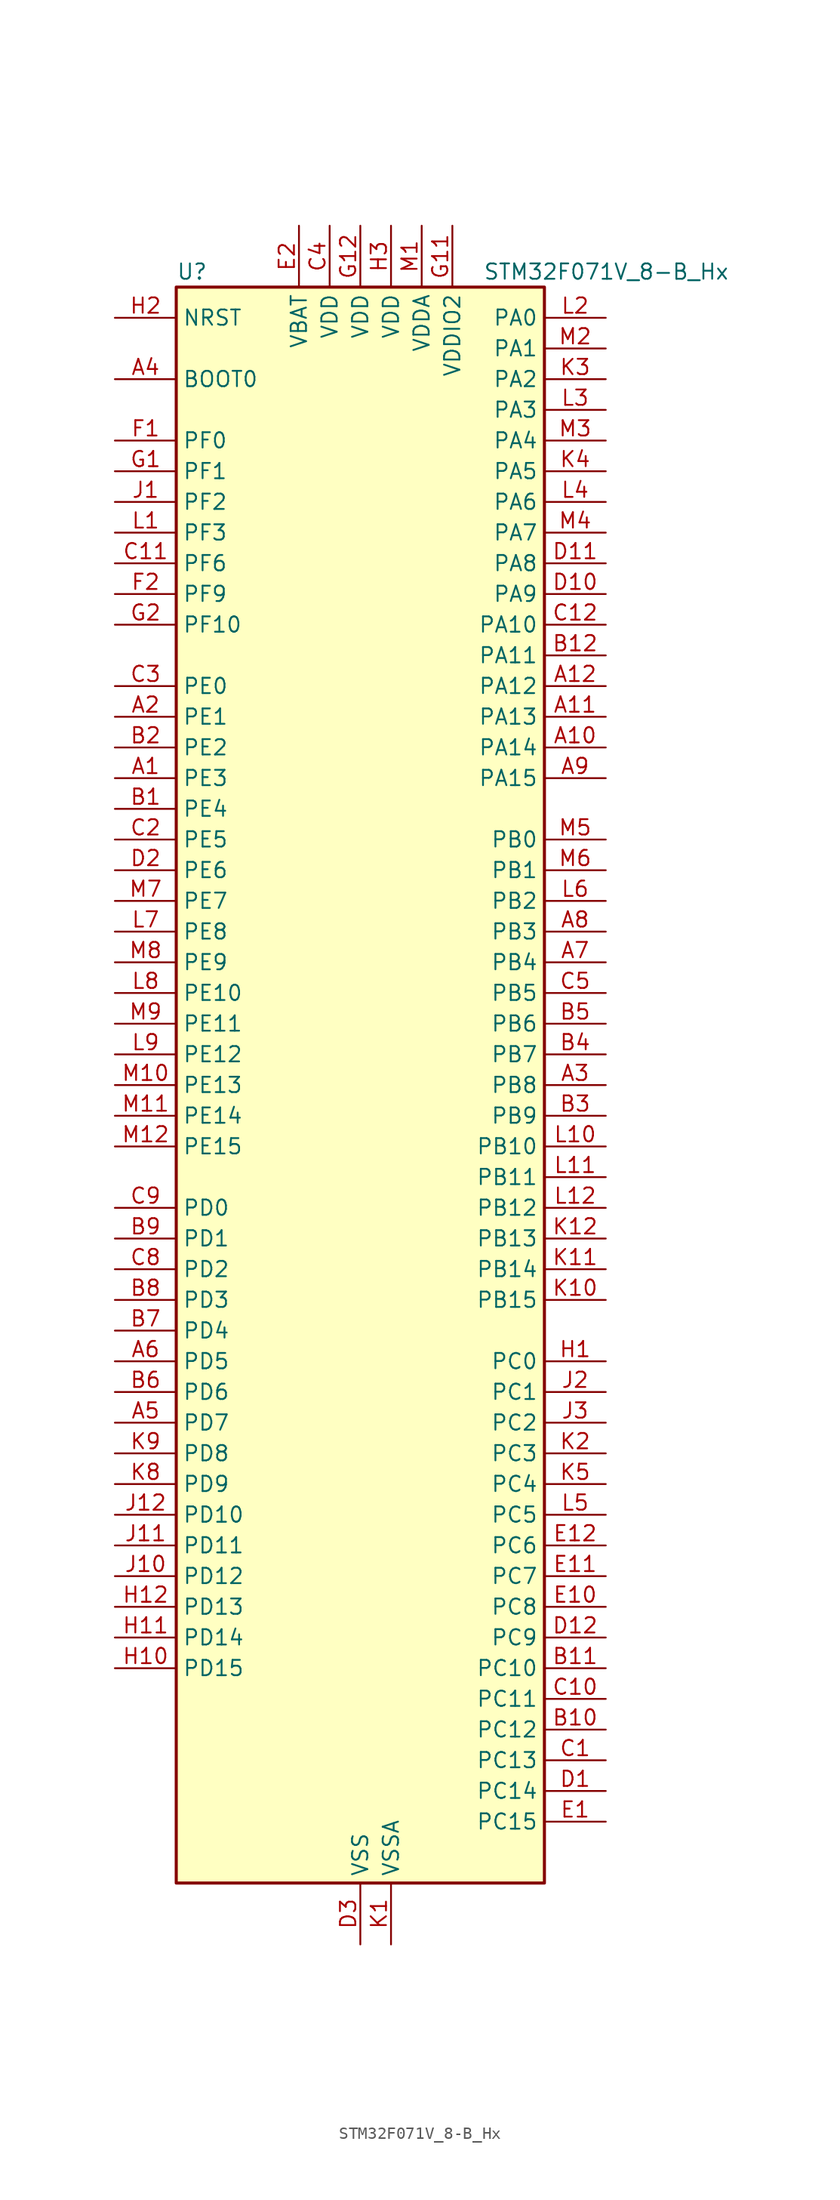
<source format=kicad_sym>
(kicad_symbol_lib
  (version 20231120)
  (generator "kicad_symbol_editor")
  (generator_version "8.0")
  (symbol "STM32F071V_8-B_Hx"
    (property "Reference" "U"
      (at -15.24 67.31 0)
      (effects (font (size 1.27 1.27)) (justify left)))
    (property "Value" "STM32F071V_8-B_Hx"
      (at 10.16 67.31 0)
      (effects (font (size 1.27 1.27)) (justify left)))
    (property "ki_locked" ""
      (at 0 0 0)
      (effects (font (size 1.27 1.27))))
    (symbol "STM32F071V_8-B_Hx_0_1"
      (rectangle (start -15.24 -66.04) (end 15.24 66.04) (stroke (width 0.254) (type default)) (fill (type background))))
    (symbol "STM32F071V_8-B_Hx_1_1"
      (pin bidirectional line (at -20.32 25.4 0) (length 5.08) (name "PE3" (effects (font (size 1.27 1.27)))) (number "A1" (effects (font (size 1.27 1.27)))) (alternate "TIM3_CH1" bidirectional line) (alternate "TSC_G7_IO2" bidirectional line))
      (pin bidirectional line (at 20.32 27.94 180) (length 5.08) (name "PA14" (effects (font (size 1.27 1.27)))) (number "A10" (effects (font (size 1.27 1.27)))) (alternate "SYS_SWCLK" bidirectional line) (alternate "USART2_TX" bidirectional line))
      (pin bidirectional line (at 20.32 30.48 180) (length 5.08) (name "PA13" (effects (font (size 1.27 1.27)))) (number "A11" (effects (font (size 1.27 1.27)))) (alternate "IR_OUT" bidirectional line) (alternate "SYS_SWDIO" bidirectional line))
      (pin bidirectional line (at 20.32 33.02 180) (length 5.08) (name "PA12" (effects (font (size 1.27 1.27)))) (number "A12" (effects (font (size 1.27 1.27)))) (alternate "COMP2_OUT" bidirectional line) (alternate "TIM1_ETR" bidirectional line) (alternate "TSC_G4_IO4" bidirectional line) (alternate "USART1_DE" bidirectional line) (alternate "USART1_RTS" bidirectional line))
      (pin bidirectional line (at -20.32 30.48 0) (length 5.08) (name "PE1" (effects (font (size 1.27 1.27)))) (number "A2" (effects (font (size 1.27 1.27)))) (alternate "TIM17_CH1" bidirectional line))
      (pin bidirectional line (at 20.32 0 180) (length 5.08) (name "PB8" (effects (font (size 1.27 1.27)))) (number "A3" (effects (font (size 1.27 1.27)))) (alternate "CEC" bidirectional line) (alternate "I2C1_SCL" bidirectional line) (alternate "TIM16_CH1" bidirectional line) (alternate "TSC_SYNC" bidirectional line))
      (pin input line (at -20.32 58.42 0) (length 5.08) (name "BOOT0" (effects (font (size 1.27 1.27)))) (number "A4" (effects (font (size 1.27 1.27)))))
      (pin bidirectional line (at -20.32 -27.94 0) (length 5.08) (name "PD7" (effects (font (size 1.27 1.27)))) (number "A5" (effects (font (size 1.27 1.27)))) (alternate "USART2_CK" bidirectional line))
      (pin bidirectional line (at -20.32 -22.86 0) (length 5.08) (name "PD5" (effects (font (size 1.27 1.27)))) (number "A6" (effects (font (size 1.27 1.27)))) (alternate "USART2_TX" bidirectional line))
      (pin bidirectional line (at 20.32 10.16 180) (length 5.08) (name "PB4" (effects (font (size 1.27 1.27)))) (number "A7" (effects (font (size 1.27 1.27)))) (alternate "I2S1_MCK" bidirectional line) (alternate "SPI1_MISO" bidirectional line) (alternate "TIM17_BKIN" bidirectional line) (alternate "TIM3_CH1" bidirectional line) (alternate "TSC_G5_IO2" bidirectional line))
      (pin bidirectional line (at 20.32 12.7 180) (length 5.08) (name "PB3" (effects (font (size 1.27 1.27)))) (number "A8" (effects (font (size 1.27 1.27)))) (alternate "I2S1_CK" bidirectional line) (alternate "SPI1_SCK" bidirectional line) (alternate "TIM2_CH2" bidirectional line) (alternate "TSC_G5_IO1" bidirectional line))
      (pin bidirectional line (at 20.32 25.4 180) (length 5.08) (name "PA15" (effects (font (size 1.27 1.27)))) (number "A9" (effects (font (size 1.27 1.27)))) (alternate "I2S1_WS" bidirectional line) (alternate "SPI1_NSS" bidirectional line) (alternate "TIM2_CH1" bidirectional line) (alternate "TIM2_ETR" bidirectional line) (alternate "USART2_RX" bidirectional line) (alternate "USART4_DE" bidirectional line) (alternate "USART4_RTS" bidirectional line))
      (pin bidirectional line (at -20.32 22.86 0) (length 5.08) (name "PE4" (effects (font (size 1.27 1.27)))) (number "B1" (effects (font (size 1.27 1.27)))) (alternate "TIM3_CH2" bidirectional line) (alternate "TSC_G7_IO3" bidirectional line))
      (pin bidirectional line (at 20.32 -53.34 180) (length 5.08) (name "PC12" (effects (font (size 1.27 1.27)))) (number "B10" (effects (font (size 1.27 1.27)))) (alternate "USART3_CK" bidirectional line) (alternate "USART4_CK" bidirectional line))
      (pin bidirectional line (at 20.32 -48.26 180) (length 5.08) (name "PC10" (effects (font (size 1.27 1.27)))) (number "B11" (effects (font (size 1.27 1.27)))) (alternate "USART3_TX" bidirectional line) (alternate "USART4_TX" bidirectional line))
      (pin bidirectional line (at 20.32 35.56 180) (length 5.08) (name "PA11" (effects (font (size 1.27 1.27)))) (number "B12" (effects (font (size 1.27 1.27)))) (alternate "COMP1_OUT" bidirectional line) (alternate "TIM1_CH4" bidirectional line) (alternate "TSC_G4_IO3" bidirectional line) (alternate "USART1_CTS" bidirectional line))
      (pin bidirectional line (at -20.32 27.94 0) (length 5.08) (name "PE2" (effects (font (size 1.27 1.27)))) (number "B2" (effects (font (size 1.27 1.27)))) (alternate "TIM3_ETR" bidirectional line) (alternate "TSC_G7_IO1" bidirectional line))
      (pin bidirectional line (at 20.32 -2.54 180) (length 5.08) (name "PB9" (effects (font (size 1.27 1.27)))) (number "B3" (effects (font (size 1.27 1.27)))) (alternate "DAC_EXTI9" bidirectional line) (alternate "I2C1_SDA" bidirectional line) (alternate "I2S2_WS" bidirectional line) (alternate "IR_OUT" bidirectional line) (alternate "SPI2_NSS" bidirectional line) (alternate "TIM17_CH1" bidirectional line))
      (pin bidirectional line (at 20.32 2.54 180) (length 5.08) (name "PB7" (effects (font (size 1.27 1.27)))) (number "B4" (effects (font (size 1.27 1.27)))) (alternate "I2C1_SDA" bidirectional line) (alternate "TIM17_CH1N" bidirectional line) (alternate "TSC_G5_IO4" bidirectional line) (alternate "USART1_RX" bidirectional line) (alternate "USART4_CTS" bidirectional line))
      (pin bidirectional line (at 20.32 5.08 180) (length 5.08) (name "PB6" (effects (font (size 1.27 1.27)))) (number "B5" (effects (font (size 1.27 1.27)))) (alternate "I2C1_SCL" bidirectional line) (alternate "TIM16_CH1N" bidirectional line) (alternate "TSC_G5_IO3" bidirectional line) (alternate "USART1_TX" bidirectional line))
      (pin bidirectional line (at -20.32 -25.4 0) (length 5.08) (name "PD6" (effects (font (size 1.27 1.27)))) (number "B6" (effects (font (size 1.27 1.27)))) (alternate "USART2_RX" bidirectional line))
      (pin bidirectional line (at -20.32 -20.32 0) (length 5.08) (name "PD4" (effects (font (size 1.27 1.27)))) (number "B7" (effects (font (size 1.27 1.27)))) (alternate "I2S2_SD" bidirectional line) (alternate "SPI2_MOSI" bidirectional line) (alternate "USART2_DE" bidirectional line) (alternate "USART2_RTS" bidirectional line))
      (pin bidirectional line (at -20.32 -17.78 0) (length 5.08) (name "PD3" (effects (font (size 1.27 1.27)))) (number "B8" (effects (font (size 1.27 1.27)))) (alternate "I2S2_MCK" bidirectional line) (alternate "SPI2_MISO" bidirectional line) (alternate "USART2_CTS" bidirectional line))
      (pin bidirectional line (at -20.32 -12.7 0) (length 5.08) (name "PD1" (effects (font (size 1.27 1.27)))) (number "B9" (effects (font (size 1.27 1.27)))) (alternate "I2S2_CK" bidirectional line) (alternate "SPI2_SCK" bidirectional line))
      (pin bidirectional line (at 20.32 -55.88 180) (length 5.08) (name "PC13" (effects (font (size 1.27 1.27)))) (number "C1" (effects (font (size 1.27 1.27)))) (alternate "RTC_OUT_ALARM" bidirectional line) (alternate "RTC_OUT_CALIB" bidirectional line) (alternate "RTC_TAMP1" bidirectional line) (alternate "RTC_TS" bidirectional line) (alternate "SYS_WKUP2" bidirectional line))
      (pin bidirectional line (at 20.32 -50.8 180) (length 5.08) (name "PC11" (effects (font (size 1.27 1.27)))) (number "C10" (effects (font (size 1.27 1.27)))) (alternate "USART3_RX" bidirectional line) (alternate "USART4_RX" bidirectional line))
      (pin bidirectional line (at -20.32 43.18 0) (length 5.08) (name "PF6" (effects (font (size 1.27 1.27)))) (number "C11" (effects (font (size 1.27 1.27)))))
      (pin bidirectional line (at 20.32 38.1 180) (length 5.08) (name "PA10" (effects (font (size 1.27 1.27)))) (number "C12" (effects (font (size 1.27 1.27)))) (alternate "TIM17_BKIN" bidirectional line) (alternate "TIM1_CH3" bidirectional line) (alternate "TSC_G4_IO2" bidirectional line) (alternate "USART1_RX" bidirectional line))
      (pin bidirectional line (at -20.32 20.32 0) (length 5.08) (name "PE5" (effects (font (size 1.27 1.27)))) (number "C2" (effects (font (size 1.27 1.27)))) (alternate "TIM3_CH3" bidirectional line) (alternate "TSC_G7_IO4" bidirectional line))
      (pin bidirectional line (at -20.32 33.02 0) (length 5.08) (name "PE0" (effects (font (size 1.27 1.27)))) (number "C3" (effects (font (size 1.27 1.27)))) (alternate "TIM16_CH1" bidirectional line))
      (pin power_in line (at -2.54 71.12 270) (length 5.08) (name "VDD" (effects (font (size 1.27 1.27)))) (number "C4" (effects (font (size 1.27 1.27)))))
      (pin bidirectional line (at 20.32 7.62 180) (length 5.08) (name "PB5" (effects (font (size 1.27 1.27)))) (number "C5" (effects (font (size 1.27 1.27)))) (alternate "I2C1_SMBA" bidirectional line) (alternate "I2S1_SD" bidirectional line) (alternate "SPI1_MOSI" bidirectional line) (alternate "SYS_WKUP6" bidirectional line) (alternate "TIM16_BKIN" bidirectional line) (alternate "TIM3_CH2" bidirectional line))
      (pin bidirectional line (at -20.32 -15.24 0) (length 5.08) (name "PD2" (effects (font (size 1.27 1.27)))) (number "C8" (effects (font (size 1.27 1.27)))) (alternate "TIM3_ETR" bidirectional line) (alternate "USART3_DE" bidirectional line) (alternate "USART3_RTS" bidirectional line))
      (pin bidirectional line (at -20.32 -10.16 0) (length 5.08) (name "PD0" (effects (font (size 1.27 1.27)))) (number "C9" (effects (font (size 1.27 1.27)))) (alternate "I2S2_WS" bidirectional line) (alternate "SPI2_NSS" bidirectional line))
      (pin bidirectional line (at 20.32 -58.42 180) (length 5.08) (name "PC14" (effects (font (size 1.27 1.27)))) (number "D1" (effects (font (size 1.27 1.27)))) (alternate "RCC_OSC32_IN" bidirectional line))
      (pin bidirectional line (at 20.32 40.64 180) (length 5.08) (name "PA9" (effects (font (size 1.27 1.27)))) (number "D10" (effects (font (size 1.27 1.27)))) (alternate "DAC_EXTI9" bidirectional line) (alternate "TIM15_BKIN" bidirectional line) (alternate "TIM1_CH2" bidirectional line) (alternate "TSC_G4_IO1" bidirectional line) (alternate "USART1_TX" bidirectional line))
      (pin bidirectional line (at 20.32 43.18 180) (length 5.08) (name "PA8" (effects (font (size 1.27 1.27)))) (number "D11" (effects (font (size 1.27 1.27)))) (alternate "CRS_SYNC" bidirectional line) (alternate "RCC_MCO" bidirectional line) (alternate "TIM1_CH1" bidirectional line) (alternate "USART1_CK" bidirectional line))
      (pin bidirectional line (at 20.32 -45.72 180) (length 5.08) (name "PC9" (effects (font (size 1.27 1.27)))) (number "D12" (effects (font (size 1.27 1.27)))) (alternate "DAC_EXTI9" bidirectional line) (alternate "TIM3_CH4" bidirectional line))
      (pin bidirectional line (at -20.32 17.78 0) (length 5.08) (name "PE6" (effects (font (size 1.27 1.27)))) (number "D2" (effects (font (size 1.27 1.27)))) (alternate "RTC_TAMP3" bidirectional line) (alternate "SYS_WKUP3" bidirectional line) (alternate "TIM3_CH4" bidirectional line))
      (pin power_in line (at 0 -71.12 90) (length 5.08) (name "VSS" (effects (font (size 1.27 1.27)))) (number "D3" (effects (font (size 1.27 1.27)))))
      (pin bidirectional line (at 20.32 -60.96 180) (length 5.08) (name "PC15" (effects (font (size 1.27 1.27)))) (number "E1" (effects (font (size 1.27 1.27)))) (alternate "RCC_OSC32_OUT" bidirectional line))
      (pin bidirectional line (at 20.32 -43.18 180) (length 5.08) (name "PC8" (effects (font (size 1.27 1.27)))) (number "E10" (effects (font (size 1.27 1.27)))) (alternate "TIM3_CH3" bidirectional line))
      (pin bidirectional line (at 20.32 -40.64 180) (length 5.08) (name "PC7" (effects (font (size 1.27 1.27)))) (number "E11" (effects (font (size 1.27 1.27)))) (alternate "TIM3_CH2" bidirectional line))
      (pin bidirectional line (at 20.32 -38.1 180) (length 5.08) (name "PC6" (effects (font (size 1.27 1.27)))) (number "E12" (effects (font (size 1.27 1.27)))) (alternate "TIM3_CH1" bidirectional line))
      (pin power_in line (at -5.08 71.12 270) (length 5.08) (name "VBAT" (effects (font (size 1.27 1.27)))) (number "E2" (effects (font (size 1.27 1.27)))))
      (pin no_connect line (at -15.24 -66.04 0) (length 5.08) hide (name "NC" (effects (font (size 1.27 1.27)))) (number "E3" (effects (font (size 1.27 1.27)))))
      (pin bidirectional line (at -20.32 53.34 0) (length 5.08) (name "PF0" (effects (font (size 1.27 1.27)))) (number "F1" (effects (font (size 1.27 1.27)))) (alternate "CRS_SYNC" bidirectional line) (alternate "RCC_OSC_IN" bidirectional line))
      (pin passive line (at 0 -71.12 90) (length 5.08) hide (name "VSS" (effects (font (size 1.27 1.27)))) (number "F11" (effects (font (size 1.27 1.27)))))
      (pin passive line (at 0 -71.12 90) (length 5.08) hide (name "VSS" (effects (font (size 1.27 1.27)))) (number "F12" (effects (font (size 1.27 1.27)))))
      (pin bidirectional line (at -20.32 40.64 0) (length 5.08) (name "PF9" (effects (font (size 1.27 1.27)))) (number "F2" (effects (font (size 1.27 1.27)))) (alternate "DAC_EXTI9" bidirectional line) (alternate "TIM15_CH1" bidirectional line))
      (pin bidirectional line (at -20.32 50.8 0) (length 5.08) (name "PF1" (effects (font (size 1.27 1.27)))) (number "G1" (effects (font (size 1.27 1.27)))) (alternate "RCC_OSC_OUT" bidirectional line))
      (pin power_in line (at 7.62 71.12 270) (length 5.08) (name "VDDIO2" (effects (font (size 1.27 1.27)))) (number "G11" (effects (font (size 1.27 1.27)))))
      (pin power_in line (at 0 71.12 270) (length 5.08) (name "VDD" (effects (font (size 1.27 1.27)))) (number "G12" (effects (font (size 1.27 1.27)))))
      (pin bidirectional line (at -20.32 38.1 0) (length 5.08) (name "PF10" (effects (font (size 1.27 1.27)))) (number "G2" (effects (font (size 1.27 1.27)))) (alternate "TIM15_CH2" bidirectional line))
      (pin bidirectional line (at 20.32 -22.86 180) (length 5.08) (name "PC0" (effects (font (size 1.27 1.27)))) (number "H1" (effects (font (size 1.27 1.27)))) (alternate "ADC_IN10" bidirectional line))
      (pin bidirectional line (at -20.32 -48.26 0) (length 5.08) (name "PD15" (effects (font (size 1.27 1.27)))) (number "H10" (effects (font (size 1.27 1.27)))) (alternate "CRS_SYNC" bidirectional line) (alternate "TSC_G8_IO4" bidirectional line))
      (pin bidirectional line (at -20.32 -45.72 0) (length 5.08) (name "PD14" (effects (font (size 1.27 1.27)))) (number "H11" (effects (font (size 1.27 1.27)))) (alternate "TSC_G8_IO3" bidirectional line))
      (pin bidirectional line (at -20.32 -43.18 0) (length 5.08) (name "PD13" (effects (font (size 1.27 1.27)))) (number "H12" (effects (font (size 1.27 1.27)))) (alternate "TSC_G8_IO2" bidirectional line))
      (pin input line (at -20.32 63.5 0) (length 5.08) (name "NRST" (effects (font (size 1.27 1.27)))) (number "H2" (effects (font (size 1.27 1.27)))))
      (pin power_in line (at 2.54 71.12 270) (length 5.08) (name "VDD" (effects (font (size 1.27 1.27)))) (number "H3" (effects (font (size 1.27 1.27)))))
      (pin bidirectional line (at -20.32 48.26 0) (length 5.08) (name "PF2" (effects (font (size 1.27 1.27)))) (number "J1" (effects (font (size 1.27 1.27)))) (alternate "SYS_WKUP8" bidirectional line))
      (pin bidirectional line (at -20.32 -40.64 0) (length 5.08) (name "PD12" (effects (font (size 1.27 1.27)))) (number "J10" (effects (font (size 1.27 1.27)))) (alternate "TSC_G8_IO1" bidirectional line) (alternate "USART3_DE" bidirectional line) (alternate "USART3_RTS" bidirectional line))
      (pin bidirectional line (at -20.32 -38.1 0) (length 5.08) (name "PD11" (effects (font (size 1.27 1.27)))) (number "J11" (effects (font (size 1.27 1.27)))) (alternate "USART3_CTS" bidirectional line))
      (pin bidirectional line (at -20.32 -35.56 0) (length 5.08) (name "PD10" (effects (font (size 1.27 1.27)))) (number "J12" (effects (font (size 1.27 1.27)))) (alternate "USART3_CK" bidirectional line))
      (pin bidirectional line (at 20.32 -25.4 180) (length 5.08) (name "PC1" (effects (font (size 1.27 1.27)))) (number "J2" (effects (font (size 1.27 1.27)))) (alternate "ADC_IN11" bidirectional line))
      (pin bidirectional line (at 20.32 -27.94 180) (length 5.08) (name "PC2" (effects (font (size 1.27 1.27)))) (number "J3" (effects (font (size 1.27 1.27)))) (alternate "ADC_IN12" bidirectional line) (alternate "I2S2_MCK" bidirectional line) (alternate "SPI2_MISO" bidirectional line))
      (pin power_in line (at 2.54 -71.12 90) (length 5.08) (name "VSSA" (effects (font (size 1.27 1.27)))) (number "K1" (effects (font (size 1.27 1.27)))))
      (pin bidirectional line (at 20.32 -17.78 180) (length 5.08) (name "PB15" (effects (font (size 1.27 1.27)))) (number "K10" (effects (font (size 1.27 1.27)))) (alternate "I2S2_SD" bidirectional line) (alternate "RTC_REFIN" bidirectional line) (alternate "SPI2_MOSI" bidirectional line) (alternate "SYS_WKUP7" bidirectional line) (alternate "TIM15_CH1N" bidirectional line) (alternate "TIM15_CH2" bidirectional line) (alternate "TIM1_CH3N" bidirectional line))
      (pin bidirectional line (at 20.32 -15.24 180) (length 5.08) (name "PB14" (effects (font (size 1.27 1.27)))) (number "K11" (effects (font (size 1.27 1.27)))) (alternate "I2C2_SDA" bidirectional line) (alternate "I2S2_MCK" bidirectional line) (alternate "SPI2_MISO" bidirectional line) (alternate "TIM15_CH1" bidirectional line) (alternate "TIM1_CH2N" bidirectional line) (alternate "TSC_G6_IO4" bidirectional line) (alternate "USART3_DE" bidirectional line) (alternate "USART3_RTS" bidirectional line))
      (pin bidirectional line (at 20.32 -12.7 180) (length 5.08) (name "PB13" (effects (font (size 1.27 1.27)))) (number "K12" (effects (font (size 1.27 1.27)))) (alternate "I2C2_SCL" bidirectional line) (alternate "I2S2_CK" bidirectional line) (alternate "SPI2_SCK" bidirectional line) (alternate "TIM1_CH1N" bidirectional line) (alternate "TSC_G6_IO3" bidirectional line) (alternate "USART3_CTS" bidirectional line))
      (pin bidirectional line (at 20.32 -30.48 180) (length 5.08) (name "PC3" (effects (font (size 1.27 1.27)))) (number "K2" (effects (font (size 1.27 1.27)))) (alternate "ADC_IN13" bidirectional line) (alternate "I2S2_SD" bidirectional line) (alternate "SPI2_MOSI" bidirectional line))
      (pin bidirectional line (at 20.32 58.42 180) (length 5.08) (name "PA2" (effects (font (size 1.27 1.27)))) (number "K3" (effects (font (size 1.27 1.27)))) (alternate "ADC_IN2" bidirectional line) (alternate "COMP2_INM" bidirectional line) (alternate "COMP2_OUT" bidirectional line) (alternate "SYS_WKUP4" bidirectional line) (alternate "TIM15_CH1" bidirectional line) (alternate "TIM2_CH3" bidirectional line) (alternate "TSC_G1_IO3" bidirectional line) (alternate "USART2_TX" bidirectional line))
      (pin bidirectional line (at 20.32 50.8 180) (length 5.08) (name "PA5" (effects (font (size 1.27 1.27)))) (number "K4" (effects (font (size 1.27 1.27)))) (alternate "ADC_IN5" bidirectional line) (alternate "CEC" bidirectional line) (alternate "COMP1_INM" bidirectional line) (alternate "COMP2_INM" bidirectional line) (alternate "DAC_OUT2" bidirectional line) (alternate "I2S1_CK" bidirectional line) (alternate "SPI1_SCK" bidirectional line) (alternate "TIM2_CH1" bidirectional line) (alternate "TIM2_ETR" bidirectional line) (alternate "TSC_G2_IO2" bidirectional line))
      (pin bidirectional line (at 20.32 -33.02 180) (length 5.08) (name "PC4" (effects (font (size 1.27 1.27)))) (number "K5" (effects (font (size 1.27 1.27)))) (alternate "ADC_IN14" bidirectional line) (alternate "USART3_TX" bidirectional line))
      (pin bidirectional line (at -20.32 -33.02 0) (length 5.08) (name "PD9" (effects (font (size 1.27 1.27)))) (number "K8" (effects (font (size 1.27 1.27)))) (alternate "DAC_EXTI9" bidirectional line) (alternate "USART3_RX" bidirectional line))
      (pin bidirectional line (at -20.32 -30.48 0) (length 5.08) (name "PD8" (effects (font (size 1.27 1.27)))) (number "K9" (effects (font (size 1.27 1.27)))) (alternate "USART3_TX" bidirectional line))
      (pin bidirectional line (at -20.32 45.72 0) (length 5.08) (name "PF3" (effects (font (size 1.27 1.27)))) (number "L1" (effects (font (size 1.27 1.27)))))
      (pin bidirectional line (at 20.32 -5.08 180) (length 5.08) (name "PB10" (effects (font (size 1.27 1.27)))) (number "L10" (effects (font (size 1.27 1.27)))) (alternate "CEC" bidirectional line) (alternate "I2C2_SCL" bidirectional line) (alternate "I2S2_CK" bidirectional line) (alternate "SPI2_SCK" bidirectional line) (alternate "TIM2_CH3" bidirectional line) (alternate "TSC_SYNC" bidirectional line) (alternate "USART3_TX" bidirectional line))
      (pin bidirectional line (at 20.32 -7.62 180) (length 5.08) (name "PB11" (effects (font (size 1.27 1.27)))) (number "L11" (effects (font (size 1.27 1.27)))) (alternate "I2C2_SDA" bidirectional line) (alternate "TIM2_CH4" bidirectional line) (alternate "TSC_G6_IO1" bidirectional line) (alternate "USART3_RX" bidirectional line))
      (pin bidirectional line (at 20.32 -10.16 180) (length 5.08) (name "PB12" (effects (font (size 1.27 1.27)))) (number "L12" (effects (font (size 1.27 1.27)))) (alternate "I2S2_WS" bidirectional line) (alternate "SPI2_NSS" bidirectional line) (alternate "TIM15_BKIN" bidirectional line) (alternate "TIM1_BKIN" bidirectional line) (alternate "TSC_G6_IO2" bidirectional line) (alternate "USART3_CK" bidirectional line))
      (pin bidirectional line (at 20.32 63.5 180) (length 5.08) (name "PA0" (effects (font (size 1.27 1.27)))) (number "L2" (effects (font (size 1.27 1.27)))) (alternate "ADC_IN0" bidirectional line) (alternate "COMP1_INM" bidirectional line) (alternate "COMP1_OUT" bidirectional line) (alternate "RTC_TAMP2" bidirectional line) (alternate "SYS_WKUP1" bidirectional line) (alternate "TIM2_CH1" bidirectional line) (alternate "TIM2_ETR" bidirectional line) (alternate "TSC_G1_IO1" bidirectional line) (alternate "USART2_CTS" bidirectional line) (alternate "USART4_TX" bidirectional line))
      (pin bidirectional line (at 20.32 55.88 180) (length 5.08) (name "PA3" (effects (font (size 1.27 1.27)))) (number "L3" (effects (font (size 1.27 1.27)))) (alternate "ADC_IN3" bidirectional line) (alternate "COMP2_INP" bidirectional line) (alternate "TIM15_CH2" bidirectional line) (alternate "TIM2_CH4" bidirectional line) (alternate "TSC_G1_IO4" bidirectional line) (alternate "USART2_RX" bidirectional line))
      (pin bidirectional line (at 20.32 48.26 180) (length 5.08) (name "PA6" (effects (font (size 1.27 1.27)))) (number "L4" (effects (font (size 1.27 1.27)))) (alternate "ADC_IN6" bidirectional line) (alternate "COMP1_OUT" bidirectional line) (alternate "I2S1_MCK" bidirectional line) (alternate "SPI1_MISO" bidirectional line) (alternate "TIM16_CH1" bidirectional line) (alternate "TIM1_BKIN" bidirectional line) (alternate "TIM3_CH1" bidirectional line) (alternate "TSC_G2_IO3" bidirectional line) (alternate "USART3_CTS" bidirectional line))
      (pin bidirectional line (at 20.32 -35.56 180) (length 5.08) (name "PC5" (effects (font (size 1.27 1.27)))) (number "L5" (effects (font (size 1.27 1.27)))) (alternate "ADC_IN15" bidirectional line) (alternate "SYS_WKUP5" bidirectional line) (alternate "TSC_G3_IO1" bidirectional line) (alternate "USART3_RX" bidirectional line))
      (pin bidirectional line (at 20.32 15.24 180) (length 5.08) (name "PB2" (effects (font (size 1.27 1.27)))) (number "L6" (effects (font (size 1.27 1.27)))) (alternate "TSC_G3_IO4" bidirectional line))
      (pin bidirectional line (at -20.32 12.7 0) (length 5.08) (name "PE8" (effects (font (size 1.27 1.27)))) (number "L7" (effects (font (size 1.27 1.27)))) (alternate "TIM1_CH1N" bidirectional line))
      (pin bidirectional line (at -20.32 7.62 0) (length 5.08) (name "PE10" (effects (font (size 1.27 1.27)))) (number "L8" (effects (font (size 1.27 1.27)))) (alternate "TIM1_CH2N" bidirectional line))
      (pin bidirectional line (at -20.32 2.54 0) (length 5.08) (name "PE12" (effects (font (size 1.27 1.27)))) (number "L9" (effects (font (size 1.27 1.27)))) (alternate "I2S1_WS" bidirectional line) (alternate "SPI1_NSS" bidirectional line) (alternate "TIM1_CH3N" bidirectional line))
      (pin power_in line (at 5.08 71.12 270) (length 5.08) (name "VDDA" (effects (font (size 1.27 1.27)))) (number "M1" (effects (font (size 1.27 1.27)))))
      (pin bidirectional line (at -20.32 0 0) (length 5.08) (name "PE13" (effects (font (size 1.27 1.27)))) (number "M10" (effects (font (size 1.27 1.27)))) (alternate "I2S1_CK" bidirectional line) (alternate "SPI1_SCK" bidirectional line) (alternate "TIM1_CH3" bidirectional line))
      (pin bidirectional line (at -20.32 -2.54 0) (length 5.08) (name "PE14" (effects (font (size 1.27 1.27)))) (number "M11" (effects (font (size 1.27 1.27)))) (alternate "I2S1_MCK" bidirectional line) (alternate "SPI1_MISO" bidirectional line) (alternate "TIM1_CH4" bidirectional line))
      (pin bidirectional line (at -20.32 -5.08 0) (length 5.08) (name "PE15" (effects (font (size 1.27 1.27)))) (number "M12" (effects (font (size 1.27 1.27)))) (alternate "I2S1_SD" bidirectional line) (alternate "SPI1_MOSI" bidirectional line) (alternate "TIM1_BKIN" bidirectional line))
      (pin bidirectional line (at 20.32 60.96 180) (length 5.08) (name "PA1" (effects (font (size 1.27 1.27)))) (number "M2" (effects (font (size 1.27 1.27)))) (alternate "ADC_IN1" bidirectional line) (alternate "COMP1_INP" bidirectional line) (alternate "TIM15_CH1N" bidirectional line) (alternate "TIM2_CH2" bidirectional line) (alternate "TSC_G1_IO2" bidirectional line) (alternate "USART2_DE" bidirectional line) (alternate "USART2_RTS" bidirectional line) (alternate "USART4_RX" bidirectional line))
      (pin bidirectional line (at 20.32 53.34 180) (length 5.08) (name "PA4" (effects (font (size 1.27 1.27)))) (number "M3" (effects (font (size 1.27 1.27)))) (alternate "ADC_IN4" bidirectional line) (alternate "COMP1_INM" bidirectional line) (alternate "COMP2_INM" bidirectional line) (alternate "DAC_OUT1" bidirectional line) (alternate "I2S1_WS" bidirectional line) (alternate "SPI1_NSS" bidirectional line) (alternate "TIM14_CH1" bidirectional line) (alternate "TSC_G2_IO1" bidirectional line) (alternate "USART2_CK" bidirectional line))
      (pin bidirectional line (at 20.32 45.72 180) (length 5.08) (name "PA7" (effects (font (size 1.27 1.27)))) (number "M4" (effects (font (size 1.27 1.27)))) (alternate "ADC_IN7" bidirectional line) (alternate "COMP2_OUT" bidirectional line) (alternate "I2S1_SD" bidirectional line) (alternate "SPI1_MOSI" bidirectional line) (alternate "TIM14_CH1" bidirectional line) (alternate "TIM17_CH1" bidirectional line) (alternate "TIM1_CH1N" bidirectional line) (alternate "TIM3_CH2" bidirectional line) (alternate "TSC_G2_IO4" bidirectional line))
      (pin bidirectional line (at 20.32 20.32 180) (length 5.08) (name "PB0" (effects (font (size 1.27 1.27)))) (number "M5" (effects (font (size 1.27 1.27)))) (alternate "ADC_IN8" bidirectional line) (alternate "TIM1_CH2N" bidirectional line) (alternate "TIM3_CH3" bidirectional line) (alternate "TSC_G3_IO2" bidirectional line) (alternate "USART3_CK" bidirectional line))
      (pin bidirectional line (at 20.32 17.78 180) (length 5.08) (name "PB1" (effects (font (size 1.27 1.27)))) (number "M6" (effects (font (size 1.27 1.27)))) (alternate "ADC_IN9" bidirectional line) (alternate "TIM14_CH1" bidirectional line) (alternate "TIM1_CH3N" bidirectional line) (alternate "TIM3_CH4" bidirectional line) (alternate "TSC_G3_IO3" bidirectional line) (alternate "USART3_DE" bidirectional line) (alternate "USART3_RTS" bidirectional line))
      (pin bidirectional line (at -20.32 15.24 0) (length 5.08) (name "PE7" (effects (font (size 1.27 1.27)))) (number "M7" (effects (font (size 1.27 1.27)))) (alternate "TIM1_ETR" bidirectional line))
      (pin bidirectional line (at -20.32 10.16 0) (length 5.08) (name "PE9" (effects (font (size 1.27 1.27)))) (number "M8" (effects (font (size 1.27 1.27)))) (alternate "DAC_EXTI9" bidirectional line) (alternate "TIM1_CH1" bidirectional line))
      (pin bidirectional line (at -20.32 5.08 0) (length 5.08) (name "PE11" (effects (font (size 1.27 1.27)))) (number "M9" (effects (font (size 1.27 1.27)))) (alternate "TIM1_CH2" bidirectional line)))))
</source>
